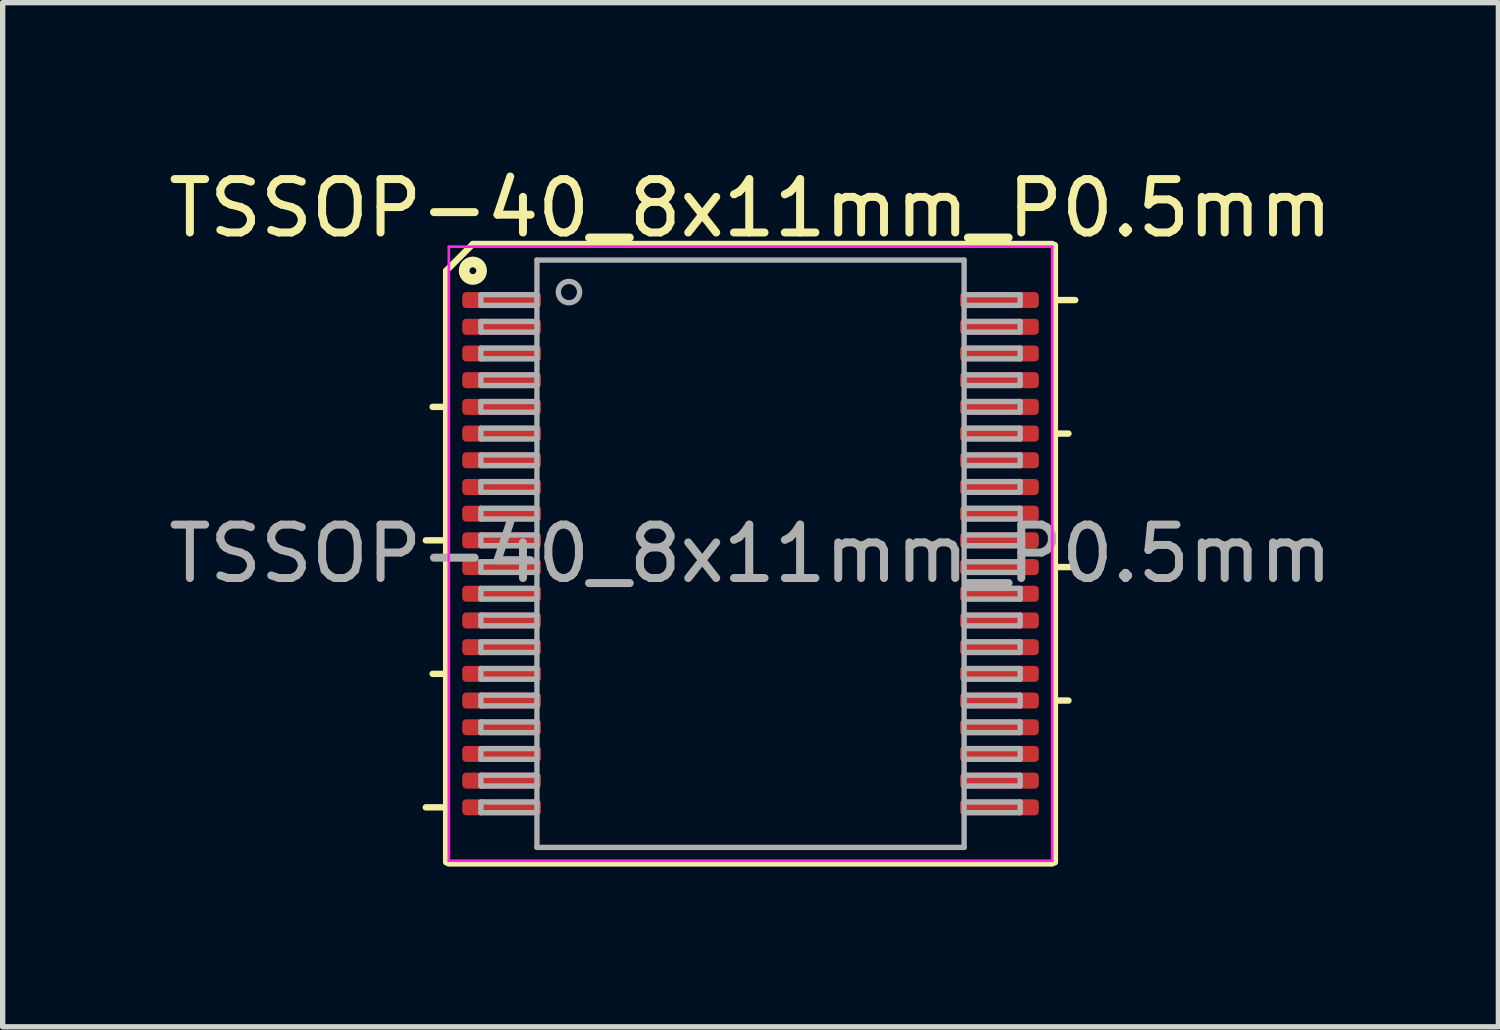
<source format=kicad_pcb>
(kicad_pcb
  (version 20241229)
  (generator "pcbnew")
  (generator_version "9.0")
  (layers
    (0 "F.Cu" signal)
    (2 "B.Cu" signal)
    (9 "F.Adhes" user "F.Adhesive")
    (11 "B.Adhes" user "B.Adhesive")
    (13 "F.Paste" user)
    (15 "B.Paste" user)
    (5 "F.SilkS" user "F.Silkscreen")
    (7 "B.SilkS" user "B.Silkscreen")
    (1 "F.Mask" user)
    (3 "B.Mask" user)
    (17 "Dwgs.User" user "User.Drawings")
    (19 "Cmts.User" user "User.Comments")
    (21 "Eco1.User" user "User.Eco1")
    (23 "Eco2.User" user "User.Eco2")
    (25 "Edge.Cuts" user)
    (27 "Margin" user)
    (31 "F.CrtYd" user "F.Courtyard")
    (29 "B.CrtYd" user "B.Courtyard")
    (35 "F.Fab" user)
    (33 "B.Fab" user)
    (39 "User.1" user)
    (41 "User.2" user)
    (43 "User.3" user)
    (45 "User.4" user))
  (footprint "TSSOP-40_8x11mm_P0.5mm"
    (layer "F.Cu")
    (at 11.006 7.32)
    (property "Reference" "TSSOP-40_8x11mm_P0.5mm" (at 0 -6.471 0) (layer "F.SilkS") (effects (font (size 1 1) (thickness 0.15))))
    (attr smd)
    (fp_line (start -6.081 -0.25) (end -5.7 -0.25) (stroke (width 0.12) (type solid)) (layer "F.SilkS"))
    (fp_line (start -6.081 4.75) (end -5.7 4.75) (stroke (width 0.12) (type solid)) (layer "F.SilkS"))
    (fp_line (start -5.954 2.25) (end -5.7 2.25) (stroke (width 0.12) (type solid)) (layer "F.SilkS"))
    (fp_line (start -5.7 -5.3) (end -5.7 5.779) (stroke (width 0.12) (type solid)) (layer "F.SilkS"))
    (fp_line (start -5.7 -5.3) (end -5.2 -5.8) (stroke (width 0.12) (type solid)) (layer "F.SilkS"))
    (fp_line (start -5.7 -2.75) (end -5.954 -2.75) (stroke (width 0.12) (type solid)) (layer "F.SilkS"))
    (fp_line (start -5.652 5.8) (end 5.652 5.8) (stroke (width 0.12) (type solid)) (layer "F.SilkS"))
    (fp_line (start 5.652 -5.8) (end -5.2 -5.8) (stroke (width 0.12) (type solid)) (layer "F.SilkS"))
    (fp_line (start 5.7 -4.75) (end 6.081 -4.75) (stroke (width 0.12) (type solid)) (layer "F.SilkS"))
    (fp_line (start 5.7 -2.25) (end 5.954 -2.25) (stroke (width 0.12) (type solid)) (layer "F.SilkS"))
    (fp_line (start 5.7 0.25) (end 6.081 0.25) (stroke (width 0.12) (type solid)) (layer "F.SilkS"))
    (fp_line (start 5.7 2.75) (end 5.954 2.75) (stroke (width 0.12) (type solid)) (layer "F.SilkS"))
    (fp_line (start 5.7 5.779) (end 5.7 -5.779) (stroke (width 0.12) (type solid)) (layer "F.SilkS"))
    (fp_circle (center -5.2 -5.3) (end -5.136 -5.3) (stroke (width 0.2) (type solid)) (fill no) (layer "F.SilkS"))
    (fp_line (start -5.65 -5.75) (end -5.65 5.75) (stroke (width 0.05) (type solid)) (layer "F.CrtYd"))
    (fp_line (start -5.65 5.75) (end 5.65 5.75) (stroke (width 0.05) (type solid)) (layer "F.CrtYd"))
    (fp_line (start 5.65 -5.75) (end -5.65 -5.75) (stroke (width 0.05) (type solid)) (layer "F.CrtYd"))
    (fp_line (start 5.65 5.75) (end 5.65 -5.75) (stroke (width 0.05) (type solid)) (layer "F.CrtYd"))
    (fp_line (start -5.05 -4.85) (end -5.05 -4.65) (stroke (width 0.1) (type solid)) (layer "F.Fab"))
    (fp_line (start -5.05 -4.65) (end -4 -4.65) (stroke (width 0.1) (type solid)) (layer "F.Fab"))
    (fp_line (start -5.05 -4.35) (end -5.05 -4.15) (stroke (width 0.1) (type solid)) (layer "F.Fab"))
    (fp_line (start -5.05 -4.15) (end -4 -4.15) (stroke (width 0.1) (type solid)) (layer "F.Fab"))
    (fp_line (start -5.05 -3.85) (end -5.05 -3.65) (stroke (width 0.1) (type solid)) (layer "F.Fab"))
    (fp_line (start -5.05 -3.65) (end -4 -3.65) (stroke (width 0.1) (type solid)) (layer "F.Fab"))
    (fp_line (start -5.05 -3.35) (end -5.05 -3.15) (stroke (width 0.1) (type solid)) (layer "F.Fab"))
    (fp_line (start -5.05 -3.15) (end -4 -3.15) (stroke (width 0.1) (type solid)) (layer "F.Fab"))
    (fp_line (start -5.05 -2.85) (end -5.05 -2.65) (stroke (width 0.1) (type solid)) (layer "F.Fab"))
    (fp_line (start -5.05 -2.65) (end -4 -2.65) (stroke (width 0.1) (type solid)) (layer "F.Fab"))
    (fp_line (start -5.05 -2.35) (end -5.05 -2.15) (stroke (width 0.1) (type solid)) (layer "F.Fab"))
    (fp_line (start -5.05 -2.15) (end -4 -2.15) (stroke (width 0.1) (type solid)) (layer "F.Fab"))
    (fp_line (start -5.05 -1.85) (end -5.05 -1.65) (stroke (width 0.1) (type solid)) (layer "F.Fab"))
    (fp_line (start -5.05 -1.65) (end -4 -1.65) (stroke (width 0.1) (type solid)) (layer "F.Fab"))
    (fp_line (start -5.05 -1.35) (end -5.05 -1.15) (stroke (width 0.1) (type solid)) (layer "F.Fab"))
    (fp_line (start -5.05 -1.15) (end -4 -1.15) (stroke (width 0.1) (type solid)) (layer "F.Fab"))
    (fp_line (start -5.05 -0.85) (end -5.05 -0.65) (stroke (width 0.1) (type solid)) (layer "F.Fab"))
    (fp_line (start -5.05 -0.65) (end -4 -0.65) (stroke (width 0.1) (type solid)) (layer "F.Fab"))
    (fp_line (start -5.05 -0.35) (end -5.05 -0.15) (stroke (width 0.1) (type solid)) (layer "F.Fab"))
    (fp_line (start -5.05 -0.15) (end -4 -0.15) (stroke (width 0.1) (type solid)) (layer "F.Fab"))
    (fp_line (start -5.05 0.15) (end -5.05 0.35) (stroke (width 0.1) (type solid)) (layer "F.Fab"))
    (fp_line (start -5.05 0.35) (end -4 0.35) (stroke (width 0.1) (type solid)) (layer "F.Fab"))
    (fp_line (start -5.05 0.65) (end -5.05 0.85) (stroke (width 0.1) (type solid)) (layer "F.Fab"))
    (fp_line (start -5.05 0.85) (end -4 0.85) (stroke (width 0.1) (type solid)) (layer "F.Fab"))
    (fp_line (start -5.05 1.15) (end -5.05 1.35) (stroke (width 0.1) (type solid)) (layer "F.Fab"))
    (fp_line (start -5.05 1.35) (end -4 1.35) (stroke (width 0.1) (type solid)) (layer "F.Fab"))
    (fp_line (start -5.05 1.65) (end -5.05 1.85) (stroke (width 0.1) (type solid)) (layer "F.Fab"))
    (fp_line (start -5.05 1.85) (end -4 1.85) (stroke (width 0.1) (type solid)) (layer "F.Fab"))
    (fp_line (start -5.05 2.15) (end -5.05 2.35) (stroke (width 0.1) (type solid)) (layer "F.Fab"))
    (fp_line (start -5.05 2.35) (end -4 2.35) (stroke (width 0.1) (type solid)) (layer "F.Fab"))
    (fp_line (start -5.05 2.65) (end -5.05 2.85) (stroke (width 0.1) (type solid)) (layer "F.Fab"))
    (fp_line (start -5.05 2.85) (end -4 2.85) (stroke (width 0.1) (type solid)) (layer "F.Fab"))
    (fp_line (start -5.05 3.15) (end -5.05 3.35) (stroke (width 0.1) (type solid)) (layer "F.Fab"))
    (fp_line (start -5.05 3.35) (end -4 3.35) (stroke (width 0.1) (type solid)) (layer "F.Fab"))
    (fp_line (start -5.05 3.65) (end -5.05 3.85) (stroke (width 0.1) (type solid)) (layer "F.Fab"))
    (fp_line (start -5.05 3.85) (end -4 3.85) (stroke (width 0.1) (type solid)) (layer "F.Fab"))
    (fp_line (start -5.05 4.15) (end -5.05 4.35) (stroke (width 0.1) (type solid)) (layer "F.Fab"))
    (fp_line (start -5.05 4.35) (end -4 4.35) (stroke (width 0.1) (type solid)) (layer "F.Fab"))
    (fp_line (start -5.05 4.65) (end -5.05 4.85) (stroke (width 0.1) (type solid)) (layer "F.Fab"))
    (fp_line (start -5.05 4.85) (end -4 4.85) (stroke (width 0.1) (type solid)) (layer "F.Fab"))
    (fp_line (start -4 -5.5) (end 4 -5.5) (stroke (width 0.1) (type solid)) (layer "F.Fab"))
    (fp_line (start -4 -4.85) (end -5.05 -4.85) (stroke (width 0.1) (type solid)) (layer "F.Fab"))
    (fp_line (start -4 -4.35) (end -5.05 -4.35) (stroke (width 0.1) (type solid)) (layer "F.Fab"))
    (fp_line (start -4 -3.85) (end -5.05 -3.85) (stroke (width 0.1) (type solid)) (layer "F.Fab"))
    (fp_line (start -4 -3.35) (end -5.05 -3.35) (stroke (width 0.1) (type solid)) (layer "F.Fab"))
    (fp_line (start -4 -2.85) (end -5.05 -2.85) (stroke (width 0.1) (type solid)) (layer "F.Fab"))
    (fp_line (start -4 -2.35) (end -5.05 -2.35) (stroke (width 0.1) (type solid)) (layer "F.Fab"))
    (fp_line (start -4 -1.85) (end -5.05 -1.85) (stroke (width 0.1) (type solid)) (layer "F.Fab"))
    (fp_line (start -4 -1.35) (end -5.05 -1.35) (stroke (width 0.1) (type solid)) (layer "F.Fab"))
    (fp_line (start -4 -0.85) (end -5.05 -0.85) (stroke (width 0.1) (type solid)) (layer "F.Fab"))
    (fp_line (start -4 -0.35) (end -5.05 -0.35) (stroke (width 0.1) (type solid)) (layer "F.Fab"))
    (fp_line (start -4 0.15) (end -5.05 0.15) (stroke (width 0.1) (type solid)) (layer "F.Fab"))
    (fp_line (start -4 0.65) (end -5.05 0.65) (stroke (width 0.1) (type solid)) (layer "F.Fab"))
    (fp_line (start -4 1.15) (end -5.05 1.15) (stroke (width 0.1) (type solid)) (layer "F.Fab"))
    (fp_line (start -4 1.65) (end -5.05 1.65) (stroke (width 0.1) (type solid)) (layer "F.Fab"))
    (fp_line (start -4 2.15) (end -5.05 2.15) (stroke (width 0.1) (type solid)) (layer "F.Fab"))
    (fp_line (start -4 2.65) (end -5.05 2.65) (stroke (width 0.1) (type solid)) (layer "F.Fab"))
    (fp_line (start -4 3.15) (end -5.05 3.15) (stroke (width 0.1) (type solid)) (layer "F.Fab"))
    (fp_line (start -4 3.65) (end -5.05 3.65) (stroke (width 0.1) (type solid)) (layer "F.Fab"))
    (fp_line (start -4 4.15) (end -5.05 4.15) (stroke (width 0.1) (type solid)) (layer "F.Fab"))
    (fp_line (start -4 4.65) (end -5.05 4.65) (stroke (width 0.1) (type solid)) (layer "F.Fab"))
    (fp_line (start -4 5.5) (end -4 -5.5) (stroke (width 0.1) (type solid)) (layer "F.Fab"))
    (fp_line (start 4 -5.5) (end 4 5.5) (stroke (width 0.1) (type solid)) (layer "F.Fab"))
    (fp_line (start 4 -4.65) (end 5.05 -4.65) (stroke (width 0.1) (type solid)) (layer "F.Fab"))
    (fp_line (start 4 -4.15) (end 5.05 -4.15) (stroke (width 0.1) (type solid)) (layer "F.Fab"))
    (fp_line (start 4 -3.65) (end 5.05 -3.65) (stroke (width 0.1) (type solid)) (layer "F.Fab"))
    (fp_line (start 4 -3.15) (end 5.05 -3.15) (stroke (width 0.1) (type solid)) (layer "F.Fab"))
    (fp_line (start 4 -2.65) (end 5.05 -2.65) (stroke (width 0.1) (type solid)) (layer "F.Fab"))
    (fp_line (start 4 -2.15) (end 5.05 -2.15) (stroke (width 0.1) (type solid)) (layer "F.Fab"))
    (fp_line (start 4 -1.65) (end 5.05 -1.65) (stroke (width 0.1) (type solid)) (layer "F.Fab"))
    (fp_line (start 4 -1.15) (end 5.05 -1.15) (stroke (width 0.1) (type solid)) (layer "F.Fab"))
    (fp_line (start 4 -0.65) (end 5.05 -0.65) (stroke (width 0.1) (type solid)) (layer "F.Fab"))
    (fp_line (start 4 -0.15) (end 5.05 -0.15) (stroke (width 0.1) (type solid)) (layer "F.Fab"))
    (fp_line (start 4 0.35) (end 5.05 0.35) (stroke (width 0.1) (type solid)) (layer "F.Fab"))
    (fp_line (start 4 0.85) (end 5.05 0.85) (stroke (width 0.1) (type solid)) (layer "F.Fab"))
    (fp_line (start 4 1.35) (end 5.05 1.35) (stroke (width 0.1) (type solid)) (layer "F.Fab"))
    (fp_line (start 4 1.85) (end 5.05 1.85) (stroke (width 0.1) (type solid)) (layer "F.Fab"))
    (fp_line (start 4 2.35) (end 5.05 2.35) (stroke (width 0.1) (type solid)) (layer "F.Fab"))
    (fp_line (start 4 2.85) (end 5.05 2.85) (stroke (width 0.1) (type solid)) (layer "F.Fab"))
    (fp_line (start 4 3.35) (end 5.05 3.35) (stroke (width 0.1) (type solid)) (layer "F.Fab"))
    (fp_line (start 4 3.85) (end 5.05 3.85) (stroke (width 0.1) (type solid)) (layer "F.Fab"))
    (fp_line (start 4 4.35) (end 5.05 4.35) (stroke (width 0.1) (type solid)) (layer "F.Fab"))
    (fp_line (start 4 4.85) (end 5.05 4.85) (stroke (width 0.1) (type solid)) (layer "F.Fab"))
    (fp_line (start 4 5.5) (end -4 5.5) (stroke (width 0.1) (type solid)) (layer "F.Fab"))
    (fp_line (start 5.05 -4.85) (end 4 -4.85) (stroke (width 0.1) (type solid)) (layer "F.Fab"))
    (fp_line (start 5.05 -4.65) (end 5.05 -4.85) (stroke (width 0.1) (type solid)) (layer "F.Fab"))
    (fp_line (start 5.05 -4.35) (end 4 -4.35) (stroke (width 0.1) (type solid)) (layer "F.Fab"))
    (fp_line (start 5.05 -4.15) (end 5.05 -4.35) (stroke (width 0.1) (type solid)) (layer "F.Fab"))
    (fp_line (start 5.05 -3.85) (end 4 -3.85) (stroke (width 0.1) (type solid)) (layer "F.Fab"))
    (fp_line (start 5.05 -3.65) (end 5.05 -3.85) (stroke (width 0.1) (type solid)) (layer "F.Fab"))
    (fp_line (start 5.05 -3.35) (end 4 -3.35) (stroke (width 0.1) (type solid)) (layer "F.Fab"))
    (fp_line (start 5.05 -3.15) (end 5.05 -3.35) (stroke (width 0.1) (type solid)) (layer "F.Fab"))
    (fp_line (start 5.05 -2.85) (end 4 -2.85) (stroke (width 0.1) (type solid)) (layer "F.Fab"))
    (fp_line (start 5.05 -2.65) (end 5.05 -2.85) (stroke (width 0.1) (type solid)) (layer "F.Fab"))
    (fp_line (start 5.05 -2.35) (end 4 -2.35) (stroke (width 0.1) (type solid)) (layer "F.Fab"))
    (fp_line (start 5.05 -2.15) (end 5.05 -2.35) (stroke (width 0.1) (type solid)) (layer "F.Fab"))
    (fp_line (start 5.05 -1.85) (end 4 -1.85) (stroke (width 0.1) (type solid)) (layer "F.Fab"))
    (fp_line (start 5.05 -1.65) (end 5.05 -1.85) (stroke (width 0.1) (type solid)) (layer "F.Fab"))
    (fp_line (start 5.05 -1.35) (end 4 -1.35) (stroke (width 0.1) (type solid)) (layer "F.Fab"))
    (fp_line (start 5.05 -1.15) (end 5.05 -1.35) (stroke (width 0.1) (type solid)) (layer "F.Fab"))
    (fp_line (start 5.05 -0.85) (end 4 -0.85) (stroke (width 0.1) (type solid)) (layer "F.Fab"))
    (fp_line (start 5.05 -0.65) (end 5.05 -0.85) (stroke (width 0.1) (type solid)) (layer "F.Fab"))
    (fp_line (start 5.05 -0.35) (end 4 -0.35) (stroke (width 0.1) (type solid)) (layer "F.Fab"))
    (fp_line (start 5.05 -0.15) (end 5.05 -0.35) (stroke (width 0.1) (type solid)) (layer "F.Fab"))
    (fp_line (start 5.05 0.15) (end 4 0.15) (stroke (width 0.1) (type solid)) (layer "F.Fab"))
    (fp_line (start 5.05 0.35) (end 5.05 0.15) (stroke (width 0.1) (type solid)) (layer "F.Fab"))
    (fp_line (start 5.05 0.65) (end 4 0.65) (stroke (width 0.1) (type solid)) (layer "F.Fab"))
    (fp_line (start 5.05 0.85) (end 5.05 0.65) (stroke (width 0.1) (type solid)) (layer "F.Fab"))
    (fp_line (start 5.05 1.15) (end 4 1.15) (stroke (width 0.1) (type solid)) (layer "F.Fab"))
    (fp_line (start 5.05 1.35) (end 5.05 1.15) (stroke (width 0.1) (type solid)) (layer "F.Fab"))
    (fp_line (start 5.05 1.65) (end 4 1.65) (stroke (width 0.1) (type solid)) (layer "F.Fab"))
    (fp_line (start 5.05 1.85) (end 5.05 1.65) (stroke (width 0.1) (type solid)) (layer "F.Fab"))
    (fp_line (start 5.05 2.15) (end 4 2.15) (stroke (width 0.1) (type solid)) (layer "F.Fab"))
    (fp_line (start 5.05 2.35) (end 5.05 2.15) (stroke (width 0.1) (type solid)) (layer "F.Fab"))
    (fp_line (start 5.05 2.65) (end 4 2.65) (stroke (width 0.1) (type solid)) (layer "F.Fab"))
    (fp_line (start 5.05 2.85) (end 5.05 2.65) (stroke (width 0.1) (type solid)) (layer "F.Fab"))
    (fp_line (start 5.05 3.15) (end 4 3.15) (stroke (width 0.1) (type solid)) (layer "F.Fab"))
    (fp_line (start 5.05 3.35) (end 5.05 3.15) (stroke (width 0.1) (type solid)) (layer "F.Fab"))
    (fp_line (start 5.05 3.65) (end 4 3.65) (stroke (width 0.1) (type solid)) (layer "F.Fab"))
    (fp_line (start 5.05 3.85) (end 5.05 3.65) (stroke (width 0.1) (type solid)) (layer "F.Fab"))
    (fp_line (start 5.05 4.15) (end 4 4.15) (stroke (width 0.1) (type solid)) (layer "F.Fab"))
    (fp_line (start 5.05 4.35) (end 5.05 4.15) (stroke (width 0.1) (type solid)) (layer "F.Fab"))
    (fp_line (start 5.05 4.65) (end 4 4.65) (stroke (width 0.1) (type solid)) (layer "F.Fab"))
    (fp_line (start 5.05 4.85) (end 5.05 4.65) (stroke (width 0.1) (type solid)) (layer "F.Fab"))
    (fp_circle (center -3.4 -4.9) (end -3.2 -4.9) (stroke (width 0.1) (type solid)) (fill no) (layer "F.Fab"))
    (fp_text user "${REFERENCE}" (at 0 0 0) (layer "F.Fab") (effects (font (size 1 1) (thickness 0.15))))
    (pad "1" smd roundrect (at -4.662 -4.75) (size 1.475 0.3) (layers "F.Cu" "F.Mask" "F.Paste") (roundrect_rratio 0.25))
    (pad "2" smd roundrect (at -4.662 -4.25) (size 1.475 0.3) (layers "F.Cu" "F.Mask" "F.Paste") (roundrect_rratio 0.25))
    (pad "3" smd roundrect (at -4.662 -3.75) (size 1.475 0.3) (layers "F.Cu" "F.Mask" "F.Paste") (roundrect_rratio 0.25))
    (pad "4" smd roundrect (at -4.662 -3.25) (size 1.475 0.3) (layers "F.Cu" "F.Mask" "F.Paste") (roundrect_rratio 0.25))
    (pad "5" smd roundrect (at -4.662 -2.75) (size 1.475 0.3) (layers "F.Cu" "F.Mask" "F.Paste") (roundrect_rratio 0.25))
    (pad "6" smd roundrect (at -4.662 -2.25) (size 1.475 0.3) (layers "F.Cu" "F.Mask" "F.Paste") (roundrect_rratio 0.25))
    (pad "7" smd roundrect (at -4.662 -1.75) (size 1.475 0.3) (layers "F.Cu" "F.Mask" "F.Paste") (roundrect_rratio 0.25))
    (pad "8" smd roundrect (at -4.662 -1.25) (size 1.475 0.3) (layers "F.Cu" "F.Mask" "F.Paste") (roundrect_rratio 0.25))
    (pad "9" smd roundrect (at -4.662 -0.75) (size 1.475 0.3) (layers "F.Cu" "F.Mask" "F.Paste") (roundrect_rratio 0.25))
    (pad "10" smd roundrect (at -4.662 -0.25) (size 1.475 0.3) (layers "F.Cu" "F.Mask" "F.Paste") (roundrect_rratio 0.25))
    (pad "11" smd roundrect (at -4.662 0.25) (size 1.475 0.3) (layers "F.Cu" "F.Mask" "F.Paste") (roundrect_rratio 0.25))
    (pad "12" smd roundrect (at -4.662 0.75) (size 1.475 0.3) (layers "F.Cu" "F.Mask" "F.Paste") (roundrect_rratio 0.25))
    (pad "13" smd roundrect (at -4.662 1.25) (size 1.475 0.3) (layers "F.Cu" "F.Mask" "F.Paste") (roundrect_rratio 0.25))
    (pad "14" smd roundrect (at -4.662 1.75) (size 1.475 0.3) (layers "F.Cu" "F.Mask" "F.Paste") (roundrect_rratio 0.25))
    (pad "15" smd roundrect (at -4.662 2.25) (size 1.475 0.3) (layers "F.Cu" "F.Mask" "F.Paste") (roundrect_rratio 0.25))
    (pad "16" smd roundrect (at -4.662 2.75) (size 1.475 0.3) (layers "F.Cu" "F.Mask" "F.Paste") (roundrect_rratio 0.25))
    (pad "17" smd roundrect (at -4.662 3.25) (size 1.475 0.3) (layers "F.Cu" "F.Mask" "F.Paste") (roundrect_rratio 0.25))
    (pad "18" smd roundrect (at -4.662 3.75) (size 1.475 0.3) (layers "F.Cu" "F.Mask" "F.Paste") (roundrect_rratio 0.25))
    (pad "19" smd roundrect (at -4.662 4.25) (size 1.475 0.3) (layers "F.Cu" "F.Mask" "F.Paste") (roundrect_rratio 0.25))
    (pad "20" smd roundrect (at -4.662 4.75) (size 1.475 0.3) (layers "F.Cu" "F.Mask" "F.Paste") (roundrect_rratio 0.25))
    (pad "21" smd roundrect (at 4.662 4.75) (size 1.475 0.3) (layers "F.Cu" "F.Mask" "F.Paste") (roundrect_rratio 0.25))
    (pad "22" smd roundrect (at 4.662 4.25) (size 1.475 0.3) (layers "F.Cu" "F.Mask" "F.Paste") (roundrect_rratio 0.25))
    (pad "23" smd roundrect (at 4.662 3.75) (size 1.475 0.3) (layers "F.Cu" "F.Mask" "F.Paste") (roundrect_rratio 0.25))
    (pad "24" smd roundrect (at 4.662 3.25) (size 1.475 0.3) (layers "F.Cu" "F.Mask" "F.Paste") (roundrect_rratio 0.25))
    (pad "25" smd roundrect (at 4.662 2.75) (size 1.475 0.3) (layers "F.Cu" "F.Mask" "F.Paste") (roundrect_rratio 0.25))
    (pad "26" smd roundrect (at 4.662 2.25) (size 1.475 0.3) (layers "F.Cu" "F.Mask" "F.Paste") (roundrect_rratio 0.25))
    (pad "27" smd roundrect (at 4.662 1.75) (size 1.475 0.3) (layers "F.Cu" "F.Mask" "F.Paste") (roundrect_rratio 0.25))
    (pad "28" smd roundrect (at 4.662 1.25) (size 1.475 0.3) (layers "F.Cu" "F.Mask" "F.Paste") (roundrect_rratio 0.25))
    (pad "29" smd roundrect (at 4.662 0.75) (size 1.475 0.3) (layers "F.Cu" "F.Mask" "F.Paste") (roundrect_rratio 0.25))
    (pad "30" smd roundrect (at 4.662 0.25) (size 1.475 0.3) (layers "F.Cu" "F.Mask" "F.Paste") (roundrect_rratio 0.25))
    (pad "31" smd roundrect (at 4.662 -0.25) (size 1.475 0.3) (layers "F.Cu" "F.Mask" "F.Paste") (roundrect_rratio 0.25))
    (pad "32" smd roundrect (at 4.662 -0.75) (size 1.475 0.3) (layers "F.Cu" "F.Mask" "F.Paste") (roundrect_rratio 0.25))
    (pad "33" smd roundrect (at 4.662 -1.25) (size 1.475 0.3) (layers "F.Cu" "F.Mask" "F.Paste") (roundrect_rratio 0.25))
    (pad "34" smd roundrect (at 4.662 -1.75) (size 1.475 0.3) (layers "F.Cu" "F.Mask" "F.Paste") (roundrect_rratio 0.25))
    (pad "35" smd roundrect (at 4.662 -2.25) (size 1.475 0.3) (layers "F.Cu" "F.Mask" "F.Paste") (roundrect_rratio 0.25))
    (pad "36" smd roundrect (at 4.662 -2.75) (size 1.475 0.3) (layers "F.Cu" "F.Mask" "F.Paste") (roundrect_rratio 0.25))
    (pad "37" smd roundrect (at 4.662 -3.25) (size 1.475 0.3) (layers "F.Cu" "F.Mask" "F.Paste") (roundrect_rratio 0.25))
    (pad "38" smd roundrect (at 4.662 -3.75) (size 1.475 0.3) (layers "F.Cu" "F.Mask" "F.Paste") (roundrect_rratio 0.25))
    (pad "39" smd roundrect (at 4.662 -4.25) (size 1.475 0.3) (layers "F.Cu" "F.Mask" "F.Paste") (roundrect_rratio 0.25))
    (pad "40" smd roundrect (at 4.662 -4.75) (size 1.475 0.3) (layers "F.Cu" "F.Mask" "F.Paste") (roundrect_rratio 0.25)))
  (gr_rect
    (start -3 -3)
    (end 25.012 16.18)
    (stroke (width 0.1) (type default))
    (fill no)
    (layer "Edge.Cuts")))
</source>
